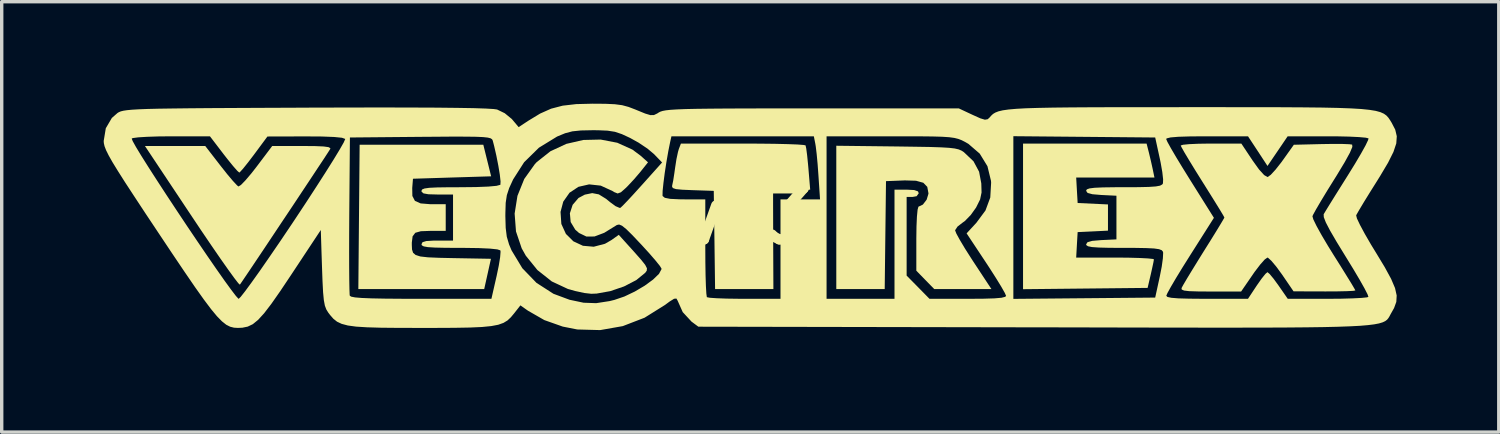
<source format=kicad_pcb>
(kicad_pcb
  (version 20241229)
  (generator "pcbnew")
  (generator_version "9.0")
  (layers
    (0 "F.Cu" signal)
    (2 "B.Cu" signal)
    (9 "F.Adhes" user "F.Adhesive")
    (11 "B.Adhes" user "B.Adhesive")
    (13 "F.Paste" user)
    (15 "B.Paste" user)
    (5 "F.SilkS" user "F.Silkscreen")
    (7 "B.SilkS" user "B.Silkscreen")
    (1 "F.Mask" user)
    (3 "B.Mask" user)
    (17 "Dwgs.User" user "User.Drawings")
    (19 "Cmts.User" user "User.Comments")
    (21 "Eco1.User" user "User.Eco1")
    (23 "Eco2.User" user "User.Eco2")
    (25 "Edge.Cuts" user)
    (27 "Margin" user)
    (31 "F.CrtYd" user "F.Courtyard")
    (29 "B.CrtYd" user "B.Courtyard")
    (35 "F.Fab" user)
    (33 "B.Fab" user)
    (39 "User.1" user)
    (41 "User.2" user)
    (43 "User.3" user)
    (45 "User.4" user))
  (footprint "vx3"
    (layer "F.Cu")
    (at 18.979 3.313)
    (property "Reference" "vx3" (at 0 0 0) (layer "F.SilkS") (effects (font (size 1.5 1.5) (thickness 0.3))))
    (attr board_only exclude_from_pos_files exclude_from_bom)
    (fp_poly (pts (xy 11.764 -1.873) (xy 11.824 -1.623) (xy 11.877 -1.384) (xy 11.879 -1.373) (xy 11.927 -1.142) (xy 10.776 -1.142) (xy 9.625 -1.142) (xy 9.646 -0.767) (xy 9.668 -0.392) (xy 10.114 -0.371) (xy 10.56 -0.35) (xy 10.56 0.036) (xy 10.56 0.421) (xy 10.114 0.443) (xy 9.668 0.464) (xy 9.646 0.838) (xy 9.625 1.213) (xy 10.77 1.213) (xy 11.156 1.216) (xy 11.486 1.225) (xy 11.736 1.238) (xy 11.883 1.254) (xy 11.912 1.266) (xy 11.895 1.361) (xy 11.855 1.547) (xy 11.818 1.712) (xy 11.726 2.105) (xy 9.894 2.124) (xy 8.062 2.143) (xy 8.062 0.001) (xy 8.062 -2.14) (xy 9.879 -2.14) (xy 11.696 -2.14)) (stroke (width 0) (type solid)) (fill yes) (layer "F.SilkS"))
    (fp_poly (pts (xy -7.698 -1.641) (xy -7.583 -1.177) (xy -8.732 -1.142) (xy -9.882 -1.106) (xy -9.904 -0.833) (xy -9.9 -0.599) (xy -9.825 -0.455) (xy -9.657 -0.38) (xy -9.375 -0.357) (xy -9.338 -0.357) (xy -8.919 -0.357) (xy -8.919 0.036) (xy -8.919 0.428) (xy -9.375 0.428) (xy -9.651 0.438) (xy -9.814 0.484) (xy -9.893 0.588) (xy -9.916 0.771) (xy -9.916 0.844) (xy -9.91 0.976) (xy -9.879 1.072) (xy -9.803 1.138) (xy -9.663 1.181) (xy -9.439 1.206) (xy -9.111 1.22) (xy -8.696 1.229) (xy -7.589 1.249) (xy -7.688 1.695) (xy -7.787 2.14) (xy -9.638 2.14) (xy -11.489 2.14) (xy -11.47 0.018) (xy -11.451 -2.105) (xy -9.632 -2.105) (xy -7.813 -2.105)) (stroke (width 0) (type solid)) (fill yes) (layer "F.SilkS"))
    (fp_poly (pts (xy -15.541 -1.486) (xy -15.346 -1.24) (xy -15.178 -1.041) (xy -15.058 -0.912) (xy -15.015 -0.878) (xy -14.944 -0.921) (xy -14.81 -1.058) (xy -14.634 -1.265) (xy -14.481 -1.461) (xy -14.022 -2.069) (xy -13.143 -2.069) (xy -12.764 -2.066) (xy -12.511 -2.055) (xy -12.366 -2.035) (xy -12.312 -2.004) (xy -12.317 -1.98) (xy -12.376 -1.887) (xy -12.501 -1.695) (xy -12.681 -1.424) (xy -12.903 -1.088) (xy -13.156 -0.707) (xy -13.429 -0.295) (xy -13.712 0.128) (xy -13.991 0.547) (xy -14.256 0.945) (xy -14.496 1.303) (xy -14.699 1.606) (xy -14.854 1.835) (xy -14.949 1.975) (xy -14.974 2.01) (xy -15.023 1.964) (xy -15.14 1.812) (xy -15.317 1.568) (xy -15.546 1.243) (xy -15.815 0.852) (xy -16.117 0.407) (xy -16.392 -0.005) (xy -17.766 -2.069) (xy -16.879 -2.069) (xy -15.992 -2.069)) (stroke (width 0) (type solid)) (fill yes) (layer "F.SilkS"))
    (fp_poly (pts (xy 0.31 -2.138) (xy 0.756 -2.133) (xy 1.134 -2.124) (xy 1.424 -2.113) (xy 1.607 -2.099) (xy 1.665 -2.087) (xy 1.685 -1.996) (xy 1.711 -1.798) (xy 1.738 -1.531) (xy 1.749 -1.409) (xy 1.801 -0.785) (xy 1.257 -0.785) (xy 0.952 -0.776) (xy 0.775 -0.749) (xy 0.711 -0.702) (xy 0.711 -0.696) (xy 0.71 -0.599) (xy 0.71 -0.384) (xy 0.711 -0.073) (xy 0.712 0.309) (xy 0.713 0.74) (xy 0.713 0.767) (xy 0.719 2.14) (xy -0.139 2.14) (xy -0.996 2.14) (xy -1.015 0.696) (xy -1.035 -0.749) (xy -1.663 -0.77) (xy -1.964 -0.783) (xy -2.148 -0.801) (xy -2.239 -0.832) (xy -2.262 -0.88) (xy -2.257 -0.913) (xy -2.228 -1.05) (xy -2.194 -1.27) (xy -2.172 -1.427) (xy -2.133 -1.679) (xy -2.087 -1.895) (xy -2.062 -1.98) (xy -2.001 -2.14) (xy -0.184 -2.14)) (stroke (width 0) (type solid)) (fill yes) (layer "F.SilkS"))
    (fp_poly (pts (xy -3.872 -2.164) (xy -3.428 -1.963) (xy -3.189 -1.785) (xy -2.969 -1.589) (xy -3.19 -1.312) (xy -3.375 -1.095) (xy -3.569 -0.887) (xy -3.625 -0.832) (xy -3.767 -0.707) (xy -3.862 -0.672) (xy -3.966 -0.714) (xy -4.015 -0.745) (xy -4.359 -0.903) (xy -4.701 -0.94) (xy -5.015 -0.868) (xy -5.277 -0.695) (xy -5.462 -0.432) (xy -5.542 -0.13) (xy -5.518 0.224) (xy -5.384 0.517) (xy -5.164 0.735) (xy -4.883 0.866) (xy -4.565 0.894) (xy -4.234 0.807) (xy -4.045 0.698) (xy -3.829 0.544) (xy -3.382 1.039) (xy -3.175 1.273) (xy -3.052 1.427) (xy -3 1.528) (xy -3.006 1.599) (xy -3.051 1.661) (xy -3.315 1.876) (xy -3.674 2.062) (xy -4.078 2.2) (xy -4.48 2.272) (xy -4.638 2.278) (xy -4.842 2.255) (xy -5.113 2.196) (xy -5.326 2.136) (xy -5.799 1.915) (xy -6.222 1.58) (xy -6.563 1.158) (xy -6.684 0.942) (xy -6.852 0.445) (xy -6.892 -0.08) (xy -6.809 -0.603) (xy -6.609 -1.099) (xy -6.295 -1.539) (xy -6.24 -1.597) (xy -5.839 -1.914) (xy -5.373 -2.131) (xy -4.872 -2.246) (xy -4.362 -2.258)) (stroke (width 0) (type solid)) (fill yes) (layer "F.SilkS"))
    (fp_poly (pts (xy 4.347 -2.055) (xy 4.9 -2.047) (xy 5.328 -2.04) (xy 5.651 -2.029) (xy 5.886 -2.015) (xy 6.051 -1.996) (xy 6.167 -1.969) (xy 6.25 -1.934) (xy 6.319 -1.889) (xy 6.323 -1.886) (xy 6.605 -1.619) (xy 6.769 -1.313) (xy 6.834 -0.969) (xy 6.842 -0.703) (xy 6.799 -0.497) (xy 6.689 -0.275) (xy 6.679 -0.256) (xy 6.525 -0.041) (xy 6.352 0.137) (xy 6.278 0.19) (xy 6.134 0.302) (xy 6.065 0.407) (xy 6.065 0.417) (xy 6.102 0.511) (xy 6.205 0.698) (xy 6.358 0.954) (xy 6.548 1.252) (xy 6.598 1.329) (xy 7.132 2.14) (xy 6.292 2.14) (xy 5.451 2.14) (xy 5.187 1.87) (xy 4.923 1.599) (xy 4.923 0.657) (xy 4.928 0.298) (xy 4.941 0.005) (xy 4.961 -0.197) (xy 4.985 -0.284) (xy 4.989 -0.285) (xy 5.116 -0.346) (xy 5.227 -0.491) (xy 5.279 -0.662) (xy 5.28 -0.678) (xy 5.245 -0.867) (xy 5.129 -0.987) (xy 4.914 -1.047) (xy 4.582 -1.057) (xy 4.54 -1.055) (xy 4.031 -1.035) (xy 4.012 0.553) (xy 3.993 2.14) (xy 3.281 2.14) (xy 2.569 2.14) (xy 2.569 0.032) (xy 2.569 -2.076)) (stroke (width 0) (type solid)) (fill yes) (layer "F.SilkS"))
    (fp_poly (pts (xy 14.817 -1.638) (xy 15.003 -1.379) (xy 15.154 -1.213) (xy 15.253 -1.156) (xy 15.258 -1.157) (xy 15.348 -1.221) (xy 15.49 -1.375) (xy 15.657 -1.587) (xy 15.696 -1.641) (xy 16.027 -2.105) (xy 16.839 -2.125) (xy 17.171 -2.13) (xy 17.455 -2.129) (xy 17.658 -2.121) (xy 17.742 -2.11) (xy 17.748 -2.042) (xy 17.676 -1.871) (xy 17.523 -1.593) (xy 17.288 -1.203) (xy 17.219 -1.093) (xy 17.008 -0.754) (xy 16.825 -0.452) (xy 16.683 -0.21) (xy 16.595 -0.05) (xy 16.574 -0.002) (xy 16.601 0.092) (xy 16.694 0.283) (xy 16.841 0.549) (xy 17.03 0.868) (xy 17.191 1.128) (xy 17.404 1.466) (xy 17.587 1.761) (xy 17.729 1.991) (xy 17.815 2.138) (xy 17.837 2.18) (xy 17.77 2.192) (xy 17.587 2.201) (xy 17.315 2.207) (xy 16.981 2.209) (xy 16.927 2.209) (xy 16.018 2.206) (xy 15.678 1.709) (xy 15.512 1.482) (xy 15.368 1.31) (xy 15.269 1.22) (xy 15.25 1.213) (xy 15.171 1.269) (xy 15.04 1.416) (xy 14.878 1.628) (xy 14.819 1.713) (xy 14.476 2.212) (xy 13.58 2.212) (xy 13.204 2.209) (xy 12.95 2.201) (xy 12.799 2.183) (xy 12.73 2.154) (xy 12.723 2.112) (xy 12.724 2.11) (xy 12.774 2.017) (xy 12.886 1.827) (xy 13.047 1.562) (xy 13.242 1.246) (xy 13.373 1.035) (xy 13.58 0.705) (xy 13.756 0.42) (xy 13.89 0.199) (xy 13.969 0.065) (xy 13.984 0.034) (xy 13.948 -0.032) (xy 13.848 -0.199) (xy 13.696 -0.445) (xy 13.505 -0.751) (xy 13.342 -1.011) (xy 13.13 -1.35) (xy 12.947 -1.649) (xy 12.806 -1.884) (xy 12.721 -2.037) (xy 12.7 -2.084) (xy 12.767 -2.105) (xy 12.949 -2.123) (xy 13.22 -2.135) (xy 13.553 -2.14) (xy 13.591 -2.14) (xy 14.483 -2.14)) (stroke (width 0) (type solid)) (fill yes) (layer "F.SilkS"))
    (fp_poly (pts (xy -4.221 -3.31) (xy -3.944 -3.297) (xy -3.73 -3.269) (xy -3.541 -3.218) (xy -3.337 -3.14) (xy -3.294 -3.122) (xy -3.052 -3.023) (xy -2.899 -2.977) (xy -2.794 -2.979) (xy -2.696 -3.026) (xy -2.655 -3.053) (xy -2.607 -3.078) (xy -2.54 -3.1) (xy -2.443 -3.118) (xy -2.306 -3.133) (xy -2.116 -3.145) (xy -1.863 -3.155) (xy -1.537 -3.162) (xy -1.126 -3.167) (xy -0.619 -3.171) (xy -0.005 -3.173) (xy 0.726 -3.175) (xy 1.587 -3.175) (xy 1.852 -3.175) (xy 6.172 -3.175) (xy 6.578 -2.985) (xy 6.804 -2.883) (xy 6.94 -2.842) (xy 7.022 -2.856) (xy 7.077 -2.906) (xy 7.126 -2.962) (xy 7.179 -3.011) (xy 7.247 -3.052) (xy 7.339 -3.088) (xy 7.465 -3.118) (xy 7.634 -3.142) (xy 7.857 -3.162) (xy 8.143 -3.178) (xy 8.502 -3.189) (xy 8.944 -3.198) (xy 9.478 -3.204) (xy 10.114 -3.208) (xy 10.862 -3.21) (xy 11.732 -3.21) (xy 12.733 -3.211) (xy 12.91 -3.211) (xy 13.946 -3.211) (xy 14.848 -3.21) (xy 15.627 -3.209) (xy 16.293 -3.205) (xy 16.854 -3.199) (xy 17.32 -3.189) (xy 17.702 -3.175) (xy 18.009 -3.157) (xy 18.25 -3.132) (xy 18.435 -3.102) (xy 18.574 -3.064) (xy 18.676 -3.018) (xy 18.751 -2.964) (xy 18.809 -2.9) (xy 18.859 -2.826) (xy 18.906 -2.749) (xy 19.009 -2.55) (xy 19.055 -2.356) (xy 19.04 -2.144) (xy 18.956 -1.893) (xy 18.799 -1.579) (xy 18.563 -1.182) (xy 18.474 -1.039) (xy 18.27 -0.714) (xy 18.092 -0.426) (xy 17.956 -0.199) (xy 17.875 -0.058) (xy 17.86 -0.028) (xy 17.883 0.063) (xy 17.972 0.251) (xy 18.114 0.515) (xy 18.297 0.831) (xy 18.436 1.058) (xy 18.701 1.496) (xy 18.888 1.839) (xy 19.003 2.109) (xy 19.052 2.328) (xy 19.041 2.517) (xy 18.975 2.698) (xy 18.906 2.82) (xy 18.87 2.884) (xy 18.84 2.942) (xy 18.808 2.994) (xy 18.769 3.041) (xy 18.715 3.082) (xy 18.638 3.118) (xy 18.532 3.15) (xy 18.391 3.177) (xy 18.206 3.2) (xy 17.971 3.22) (xy 17.679 3.235) (xy 17.322 3.248) (xy 16.895 3.258) (xy 16.389 3.265) (xy 15.798 3.27) (xy 15.115 3.273) (xy 14.333 3.274) (xy 13.444 3.274) (xy 12.443 3.273) (xy 11.321 3.271) (xy 10.071 3.268) (xy 8.688 3.265) (xy 8.394 3.265) (xy -1.488 3.246) (xy -1.689 3.097) (xy -1.948 2.817) (xy -2.099 2.478) (xy -2.134 2.418) (xy -2.203 2.425) (xy -2.335 2.507) (xy -2.47 2.607) (xy -3.07 2.982) (xy -3.711 3.229) (xy -4.376 3.346) (xy -5.048 3.328) (xy -5.477 3.243) (xy -6.018 3.052) (xy -6.497 2.777) (xy -6.518 2.763) (xy -6.722 2.619) (xy -6.905 2.852) (xy -7.002 2.968) (xy -7.101 3.062) (xy -7.22 3.134) (xy -7.374 3.189) (xy -7.579 3.228) (xy -7.853 3.255) (xy -8.21 3.271) (xy -8.668 3.279) (xy -9.243 3.282) (xy -9.648 3.282) (xy -10.298 3.281) (xy -10.822 3.276) (xy -11.235 3.264) (xy -11.555 3.244) (xy -11.797 3.211) (xy -11.979 3.163) (xy -12.115 3.099) (xy -12.222 3.014) (xy -12.317 2.906) (xy -12.374 2.831) (xy -12.431 2.739) (xy -12.474 2.625) (xy -12.504 2.464) (xy -12.526 2.233) (xy -12.543 1.906) (xy -12.557 1.516) (xy -12.573 1.039) (xy -11.76 1.039) (xy -11.759 1.492) (xy -11.756 1.866) (xy -11.751 2.142) (xy -11.745 2.303) (xy -11.74 2.336) (xy -11.697 2.363) (xy -11.584 2.385) (xy -11.389 2.401) (xy -11.098 2.413) (xy -10.7 2.421) (xy -10.182 2.425) (xy -9.64 2.426) (xy -7.575 2.426) (xy -7.421 1.75) (xy -7.359 1.453) (xy -7.319 1.206) (xy -7.306 1.043) (xy -7.312 1.001) (xy -7.401 0.972) (xy -7.618 0.949) (xy -7.95 0.934) (xy -8.382 0.928) (xy -8.495 0.928) (xy -8.928 0.926) (xy -9.238 0.919) (xy -9.444 0.906) (xy -9.566 0.884) (xy -9.621 0.853) (xy -9.632 0.821) (xy -9.601 0.76) (xy -9.49 0.727) (xy -9.274 0.714) (xy -9.168 0.713) (xy -8.704 0.713) (xy -8.704 0.036) (xy -8.704 -0.007) (xy -7.165 -0.007) (xy -7.155 0.339) (xy -7.123 0.598) (xy -7.056 0.826) (xy -6.982 1.002) (xy -6.665 1.527) (xy -6.25 1.956) (xy -5.75 2.278) (xy -5.277 2.454) (xy -4.863 2.541) (xy -4.494 2.554) (xy -4.099 2.493) (xy -3.957 2.458) (xy -3.663 2.358) (xy -3.357 2.212) (xy -3.066 2.04) (xy -2.82 1.86) (xy -2.646 1.692) (xy -2.572 1.554) (xy -2.572 1.538) (xy -2.619 1.46) (xy -2.747 1.301) (xy -2.934 1.085) (xy -3.164 0.833) (xy -3.176 0.821) (xy -3.431 0.551) (xy -3.611 0.374) (xy -3.734 0.276) (xy -3.819 0.241) (xy -3.885 0.255) (xy -3.904 0.267) (xy -4.257 0.485) (xy -4.543 0.593) (xy -4.782 0.594) (xy -4.997 0.49) (xy -5.108 0.393) (xy -5.244 0.167) (xy -5.267 -0.089) (xy -5.186 -0.338) (xy -5.013 -0.54) (xy -4.828 -0.638) (xy -4.61 -0.683) (xy -4.416 -0.646) (xy -4.202 -0.514) (xy -4.08 -0.414) (xy -3.923 -0.299) (xy -3.805 -0.248) (xy -3.779 -0.251) (xy -3.708 -0.318) (xy -3.563 -0.469) (xy -3.43 -0.612) (xy -2.542 -0.612) (xy -2.539 -0.597) (xy -2.475 -0.545) (xy -2.318 -0.514) (xy -2.047 -0.501) (xy -1.893 -0.499) (xy -1.284 -0.499) (xy -1.284 0.916) (xy -1.282 1.351) (xy -1.276 1.737) (xy -1.266 2.051) (xy -1.253 2.271) (xy -1.239 2.374) (xy -1.237 2.378) (xy -1.152 2.395) (xy -0.951 2.409) (xy -0.66 2.42) (xy -0.305 2.425) (xy -0.131 2.426) (xy 0.928 2.426) (xy 0.928 0.963) (xy 0.928 -0.499) (xy 1.509 -0.499) (xy 2.091 -0.499) (xy 2.044 -1.202) (xy 2.02 -1.532) (xy 1.992 -1.832) (xy 1.965 -2.057) (xy 1.953 -2.13) (xy 1.909 -2.354) (xy 2.283 -2.354) (xy 2.283 0.036) (xy 2.283 2.426) (xy 3.282 2.426) (xy 4.281 2.426) (xy 4.281 0.821) (xy 4.281 -0.785) (xy 4.638 -0.785) (xy 4.862 -0.773) (xy 4.972 -0.734) (xy 4.994 -0.678) (xy 4.932 -0.592) (xy 4.816 -0.571) (xy 4.638 -0.571) (xy 4.638 0.586) (xy 4.638 1.743) (xy 4.974 2.084) (xy 5.31 2.426) (xy 6.437 2.426) (xy 6.891 2.423) (xy 7.218 2.413) (xy 7.429 2.395) (xy 7.539 2.367) (xy 7.563 2.339) (xy 7.525 2.252) (xy 7.422 2.07) (xy 7.266 1.816) (xy 7.073 1.514) (xy 6.983 1.377) (xy 6.402 0.501) (xy 6.688 0.191) (xy 6.957 -0.172) (xy 7.098 -0.553) (xy 7.123 -0.989) (xy 7.119 -1.045) (xy 7.015 -1.474) (xy 6.788 -1.844) (xy 6.454 -2.132) (xy 6.357 -2.188) (xy 6.257 -2.239) (xy 6.159 -2.277) (xy 6.043 -2.306) (xy 5.89 -2.327) (xy 5.682 -2.341) (xy 5.399 -2.349) (xy 5.024 -2.353) (xy 4.537 -2.354) (xy 4.163 -2.354) (xy 2.283 -2.354) (xy 1.909 -2.354) (xy -0.186 -2.354) (xy -2.28 -2.354) (xy -2.316 -2.194) (xy -2.372 -1.917) (xy -2.427 -1.6) (xy -2.477 -1.276) (xy -2.515 -0.981) (xy -2.539 -0.748) (xy -2.542 -0.612) (xy -3.43 -0.612) (xy -3.366 -0.682) (xy -3.137 -0.935) (xy -3.134 -0.938) (xy -2.555 -1.584) (xy -2.793 -1.831) (xy -2.985 -1.992) (xy -3.248 -2.168) (xy -3.495 -2.305) (xy -3.606 -2.357) (xy 7.777 -2.357) (xy 7.777 0.036) (xy 7.777 2.428) (xy 9.863 2.409) (xy 11.949 2.39) (xy 12.084 1.771) (xy 12.141 1.481) (xy 12.175 1.235) (xy 12.183 1.073) (xy 12.177 1.04) (xy 12.142 0.997) (xy 12.061 0.966) (xy 11.914 0.945) (xy 11.681 0.934) (xy 11.34 0.928) (xy 11.026 0.928) (xy 10.596 0.926) (xy 10.291 0.918) (xy 10.09 0.904) (xy 9.974 0.881) (xy 9.924 0.848) (xy 9.917 0.824) (xy 9.958 0.761) (xy 10.095 0.722) (xy 10.35 0.7) (xy 10.363 0.699) (xy 10.809 0.678) (xy 10.809 0.036) (xy 10.809 -0.606) (xy 10.363 -0.628) (xy 10.103 -0.65) (xy 9.961 -0.688) (xy 9.917 -0.75) (xy 9.917 -0.753) (xy 9.939 -0.793) (xy 10.016 -0.821) (xy 10.167 -0.84) (xy 10.412 -0.851) (xy 10.77 -0.856) (xy 11.026 -0.856) (xy 11.454 -0.858) (xy 11.761 -0.865) (xy 11.966 -0.879) (xy 12.091 -0.902) (xy 12.156 -0.937) (xy 12.177 -0.969) (xy 12.182 -1.086) (xy 12.158 -1.303) (xy 12.109 -1.581) (xy 12.084 -1.7) (xy 11.959 -2.274) (xy 12.272 -2.274) (xy 12.308 -2.19) (xy 12.409 -2.007) (xy 12.563 -1.744) (xy 12.758 -1.423) (xy 12.974 -1.075) (xy 13.676 0.044) (xy 12.977 1.146) (xy 12.753 1.502) (xy 12.559 1.82) (xy 12.407 2.079) (xy 12.308 2.259) (xy 12.275 2.337) (xy 12.309 2.371) (xy 12.423 2.396) (xy 12.632 2.413) (xy 12.952 2.422) (xy 13.397 2.426) (xy 13.475 2.426) (xy 14.678 2.426) (xy 14.938 2.033) (xy 15.078 1.834) (xy 15.191 1.693) (xy 15.251 1.642) (xy 15.316 1.697) (xy 15.434 1.839) (xy 15.576 2.034) (xy 15.848 2.426) (xy 17.017 2.426) (xy 17.41 2.423) (xy 17.752 2.413) (xy 18.016 2.4) (xy 18.18 2.383) (xy 18.22 2.369) (xy 18.195 2.294) (xy 18.105 2.118) (xy 17.96 1.861) (xy 17.772 1.544) (xy 17.552 1.185) (xy 17.55 1.182) (xy 17.283 0.746) (xy 17.091 0.416) (xy 16.968 0.18) (xy 16.908 0.025) (xy 16.904 -0.06) (xy 16.906 -0.064) (xy 16.963 -0.16) (xy 17.083 -0.355) (xy 17.251 -0.625) (xy 17.453 -0.947) (xy 17.615 -1.205) (xy 17.826 -1.546) (xy 18.003 -1.846) (xy 18.136 -2.085) (xy 18.211 -2.242) (xy 18.224 -2.293) (xy 18.143 -2.313) (xy 17.944 -2.331) (xy 17.652 -2.345) (xy 17.291 -2.353) (xy 17.015 -2.354) (xy 15.845 -2.354) (xy 15.549 -1.918) (xy 15.252 -1.482) (xy 14.966 -1.918) (xy 14.679 -2.354) (xy 13.476 -2.354) (xy 12.986 -2.351) (xy 12.631 -2.34) (xy 12.401 -2.321) (xy 12.288 -2.293) (xy 12.272 -2.274) (xy 11.959 -2.274) (xy 11.949 -2.319) (xy 9.863 -2.338) (xy 7.777 -2.357) (xy -3.606 -2.357) (xy -3.738 -2.418) (xy -3.941 -2.486) (xy -4.157 -2.52) (xy -4.439 -2.532) (xy -4.6 -2.533) (xy -4.942 -2.526) (xy -5.194 -2.5) (xy -5.407 -2.444) (xy -5.633 -2.351) (xy -5.649 -2.343) (xy -6.177 -2.019) (xy -6.613 -1.591) (xy -6.936 -1.086) (xy -7.052 -0.833) (xy -7.121 -0.623) (xy -7.155 -0.398) (xy -7.164 -0.102) (xy -7.165 -0.007) (xy -8.704 -0.007) (xy -8.704 -0.642) (xy -9.168 -0.642) (xy -9.428 -0.649) (xy -9.573 -0.675) (xy -9.629 -0.725) (xy -9.632 -0.749) (xy -9.613 -0.79) (xy -9.543 -0.819) (xy -9.404 -0.839) (xy -9.175 -0.85) (xy -8.837 -0.855) (xy -8.495 -0.856) (xy -8.027 -0.861) (xy -7.667 -0.875) (xy -7.426 -0.897) (xy -7.316 -0.926) (xy -7.311 -0.931) (xy -7.306 -1.028) (xy -7.328 -1.227) (xy -7.372 -1.492) (xy -7.43 -1.787) (xy -7.496 -2.075) (xy -7.537 -2.231) (xy -7.556 -2.267) (xy -7.599 -2.295) (xy -7.682 -2.316) (xy -7.82 -2.331) (xy -8.029 -2.34) (xy -8.324 -2.344) (xy -8.72 -2.345) (xy -9.233 -2.341) (xy -9.655 -2.338) (xy -11.737 -2.319) (xy -11.756 -0.036) (xy -11.759 0.523) (xy -11.76 1.039) (xy -12.573 1.039) (xy -12.593 0.402) (xy -13.47 1.728) (xy -13.79 2.206) (xy -14.049 2.576) (xy -14.26 2.851) (xy -14.437 3.045) (xy -14.593 3.172) (xy -14.743 3.244) (xy -14.899 3.276) (xy -15.03 3.282) (xy -15.147 3.275) (xy -15.259 3.247) (xy -15.374 3.189) (xy -15.5 3.089) (xy -15.647 2.939) (xy -15.822 2.728) (xy -16.034 2.446) (xy -16.292 2.083) (xy -16.603 1.629) (xy -16.977 1.074) (xy -17.337 0.534) (xy -17.746 -0.08) (xy -18.081 -0.589) (xy -18.351 -1.002) (xy -18.561 -1.333) (xy -18.72 -1.592) (xy -18.833 -1.792) (xy -18.909 -1.945) (xy -18.954 -2.062) (xy -18.975 -2.154) (xy -18.979 -2.218) (xy -18.967 -2.288) (xy -18.155 -2.288) (xy -18.127 -2.214) (xy -18.029 -2.038) (xy -17.87 -1.776) (xy -17.66 -1.443) (xy -17.411 -1.056) (xy -17.132 -0.628) (xy -16.835 -0.178) (xy -16.529 0.282) (xy -16.224 0.734) (xy -15.932 1.163) (xy -15.662 1.554) (xy -15.425 1.891) (xy -15.231 2.158) (xy -15.091 2.341) (xy -15.016 2.423) (xy -15.008 2.426) (xy -14.949 2.368) (xy -14.82 2.204) (xy -14.631 1.947) (xy -14.39 1.609) (xy -14.108 1.202) (xy -13.792 0.741) (xy -13.453 0.237) (xy -13.37 0.113) (xy -13.03 -0.401) (xy -12.719 -0.879) (xy -12.444 -1.308) (xy -12.214 -1.674) (xy -12.037 -1.966) (xy -11.921 -2.169) (xy -11.876 -2.27) (xy -11.876 -2.277) (xy -11.97 -2.311) (xy -12.2 -2.334) (xy -12.562 -2.348) (xy -13.043 -2.351) (xy -14.163 -2.348) (xy -14.555 -1.819) (xy -14.731 -1.588) (xy -14.876 -1.407) (xy -14.97 -1.303) (xy -14.991 -1.287) (xy -15.05 -1.339) (xy -15.174 -1.48) (xy -15.341 -1.686) (xy -15.445 -1.819) (xy -15.854 -2.354) (xy -16.984 -2.354) (xy -17.371 -2.35) (xy -17.707 -2.339) (xy -17.965 -2.323) (xy -18.121 -2.302) (xy -18.155 -2.288) (xy -18.967 -2.288) (xy -18.917 -2.591) (xy -18.739 -2.894) (xy -18.572 -3.04) (xy -18.53 -3.065) (xy -18.476 -3.087) (xy -18.401 -3.106) (xy -18.295 -3.122) (xy -18.148 -3.136) (xy -17.95 -3.148) (xy -17.692 -3.158) (xy -17.363 -3.166) (xy -16.954 -3.172) (xy -16.454 -3.178) (xy -15.855 -3.183) (xy -15.145 -3.187) (xy -14.316 -3.191) (xy -13.357 -3.195) (xy -13.021 -3.197) (xy -11.857 -3.2) (xy -10.834 -3.202) (xy -9.948 -3.2) (xy -9.198 -3.197) (xy -8.582 -3.19) (xy -8.096 -3.182) (xy -7.739 -3.17) (xy -7.508 -3.156) (xy -7.408 -3.142) (xy -7.183 -3.033) (xy -6.98 -2.867) (xy -6.96 -2.845) (xy -6.774 -2.624) (xy -6.49 -2.811) (xy -6.143 -3.022) (xy -5.82 -3.166) (xy -5.479 -3.255) (xy -5.079 -3.301) (xy -4.602 -3.313)) (stroke (width 0) (type solid)) (fill yes) (layer "F.SilkS")))
  (gr_rect
    (start -3 -3)
    (end 41.034 9.659)
    (stroke (width 0.1) (type default))
    (fill no)
    (layer "Edge.Cuts")))
</source>
